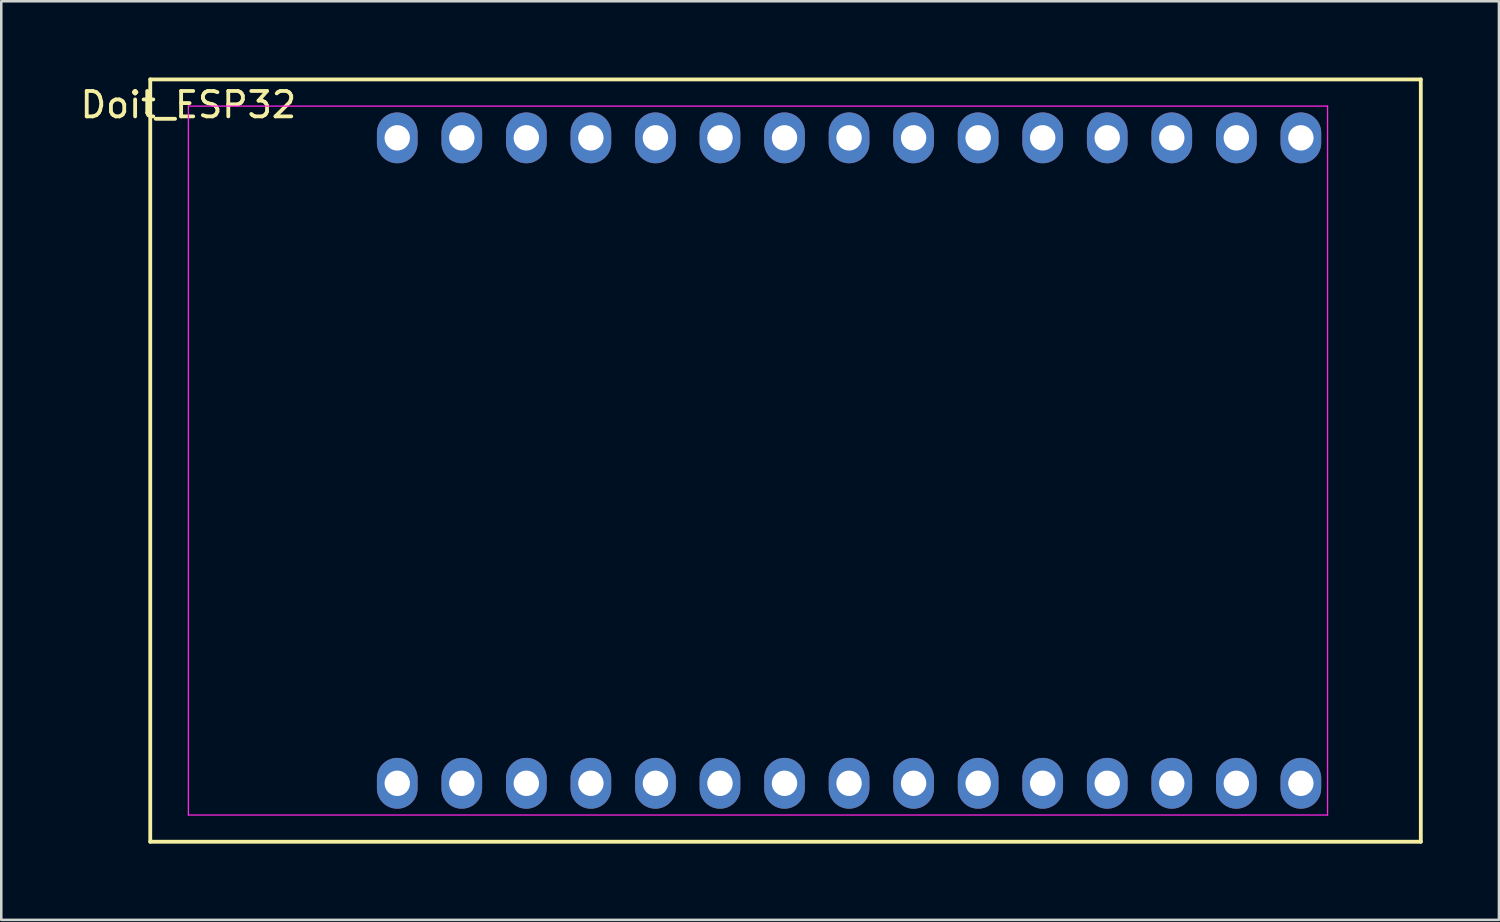
<source format=kicad_pcb>
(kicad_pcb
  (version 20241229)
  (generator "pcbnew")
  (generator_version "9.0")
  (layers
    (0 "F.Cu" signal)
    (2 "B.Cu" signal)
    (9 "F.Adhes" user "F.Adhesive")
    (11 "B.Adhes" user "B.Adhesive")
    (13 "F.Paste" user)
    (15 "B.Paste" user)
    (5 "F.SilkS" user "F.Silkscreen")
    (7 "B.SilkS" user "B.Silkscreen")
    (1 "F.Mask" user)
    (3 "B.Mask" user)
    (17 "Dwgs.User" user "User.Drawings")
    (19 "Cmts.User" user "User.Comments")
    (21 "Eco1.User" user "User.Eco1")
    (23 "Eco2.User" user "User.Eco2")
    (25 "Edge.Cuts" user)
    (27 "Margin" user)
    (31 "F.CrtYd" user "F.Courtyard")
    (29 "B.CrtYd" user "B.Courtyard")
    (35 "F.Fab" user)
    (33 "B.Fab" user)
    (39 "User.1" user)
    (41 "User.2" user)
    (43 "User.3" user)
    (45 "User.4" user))
  (footprint "Doit_ESP32"
    (layer "F.Cu")
    (at 30.363 15.075)
    (property "Reference" "Doit_ESP32" (at -26 -14 180) (layer "F.SilkS") (effects (font (size 1 1) (thickness 0.15))))
    (attr through_hole)
    (fp_line (start -27.5 -15) (end 22.5 -15) (stroke (width 0.15) (type solid)) (layer "F.SilkS"))
    (fp_line (start -27.5 15) (end -27.5 -15) (stroke (width 0.15) (type solid)) (layer "F.SilkS"))
    (fp_line (start 22.5 -15) (end 22.5 15) (stroke (width 0.15) (type solid)) (layer "F.SilkS"))
    (fp_line (start 22.5 15) (end -27.5 15) (stroke (width 0.15) (type solid)) (layer "F.SilkS"))
    (fp_line (start -26 -13.95) (end 18.83 -13.95) (stroke (width 0.05) (type solid)) (layer "F.CrtYd"))
    (fp_line (start -26 13.95) (end -26 -13.95) (stroke (width 0.05) (type solid)) (layer "F.CrtYd"))
    (fp_line (start 18.83 -13.95) (end 18.83 13.95) (stroke (width 0.05) (type solid)) (layer "F.CrtYd"))
    (fp_line (start 18.83 13.95) (end -26 13.95) (stroke (width 0.05) (type solid)) (layer "F.CrtYd"))
    (pad "1" thru_hole oval (at -17.78 12.7) (size 1.6 2) (drill 1) (layers "*.Cu" "*.Mask"))
    (pad "2" thru_hole oval (at -15.24 12.7) (size 1.6 2) (drill 1) (layers "*.Cu" "*.Mask"))
    (pad "3" thru_hole oval (at -12.7 12.7) (size 1.6 2) (drill 1) (layers "*.Cu" "*.Mask"))
    (pad "4" thru_hole oval (at -10.16 12.7) (size 1.6 2) (drill 1) (layers "*.Cu" "*.Mask"))
    (pad "5" thru_hole oval (at -7.62 12.7) (size 1.6 2) (drill 1) (layers "*.Cu" "*.Mask"))
    (pad "6" thru_hole oval (at -5.08 12.7) (size 1.6 2) (drill 1) (layers "*.Cu" "*.Mask"))
    (pad "7" thru_hole oval (at -2.54 12.7) (size 1.6 2) (drill 1) (layers "*.Cu" "*.Mask"))
    (pad "8" thru_hole oval (at 0 12.7) (size 1.6 2) (drill 1) (layers "*.Cu" "*.Mask"))
    (pad "9" thru_hole oval (at 2.54 12.7) (size 1.6 2) (drill 1) (layers "*.Cu" "*.Mask"))
    (pad "10" thru_hole oval (at 5.08 12.7) (size 1.6 2) (drill 1) (layers "*.Cu" "*.Mask"))
    (pad "11" thru_hole oval (at 7.62 12.7) (size 1.6 2) (drill 1) (layers "*.Cu" "*.Mask"))
    (pad "12" thru_hole oval (at 10.16 12.7) (size 1.6 2) (drill 1) (layers "*.Cu" "*.Mask"))
    (pad "13" thru_hole oval (at 12.7 12.7) (size 1.6 2) (drill 1) (layers "*.Cu" "*.Mask"))
    (pad "14" thru_hole oval (at 15.24 12.7) (size 1.6 2) (drill 1) (layers "*.Cu" "*.Mask"))
    (pad "15" thru_hole oval (at 17.78 12.7) (size 1.6 2) (drill 1) (layers "*.Cu" "*.Mask"))
    (pad "16" thru_hole oval (at 17.78 -12.7) (size 1.6 2) (drill 1) (layers "*.Cu" "*.Mask"))
    (pad "17" thru_hole oval (at 15.24 -12.7) (size 1.6 2) (drill 1) (layers "*.Cu" "*.Mask"))
    (pad "18" thru_hole oval (at 12.7 -12.7) (size 1.6 2) (drill 1) (layers "*.Cu" "*.Mask"))
    (pad "19" thru_hole oval (at 10.16 -12.7) (size 1.6 2) (drill 1) (layers "*.Cu" "*.Mask"))
    (pad "20" thru_hole oval (at 7.62 -12.7) (size 1.6 2) (drill 1) (layers "*.Cu" "*.Mask"))
    (pad "21" thru_hole oval (at 5.08 -12.7) (size 1.6 2) (drill 1) (layers "*.Cu" "*.Mask"))
    (pad "22" thru_hole oval (at 2.54 -12.7) (size 1.6 2) (drill 1) (layers "*.Cu" "*.Mask"))
    (pad "23" thru_hole oval (at 0 -12.7) (size 1.6 2) (drill 1) (layers "*.Cu" "*.Mask"))
    (pad "24" thru_hole oval (at -2.54 -12.7) (size 1.6 2) (drill 1) (layers "*.Cu" "*.Mask"))
    (pad "25" thru_hole oval (at -5.08 -12.7) (size 1.6 2) (drill 1) (layers "*.Cu" "*.Mask"))
    (pad "26" thru_hole oval (at -7.62 -12.7) (size 1.6 2) (drill 1) (layers "*.Cu" "*.Mask"))
    (pad "27" thru_hole oval (at -10.16 -12.7) (size 1.6 2) (drill 1) (layers "*.Cu" "*.Mask"))
    (pad "28" thru_hole oval (at -12.7 -12.7) (size 1.6 2) (drill 1) (layers "*.Cu" "*.Mask"))
    (pad "29" thru_hole oval (at -15.24 -12.7) (size 1.6 2) (drill 1) (layers "*.Cu" "*.Mask"))
    (pad "30" thru_hole oval (at -17.78 -12.7) (size 1.6 2) (drill 1) (layers "*.Cu" "*.Mask")))
  (gr_rect
    (start -3 -3)
    (end 55.938 33.15)
    (stroke (width 0.1) (type default))
    (fill no)
    (layer "Edge.Cuts")))
</source>
